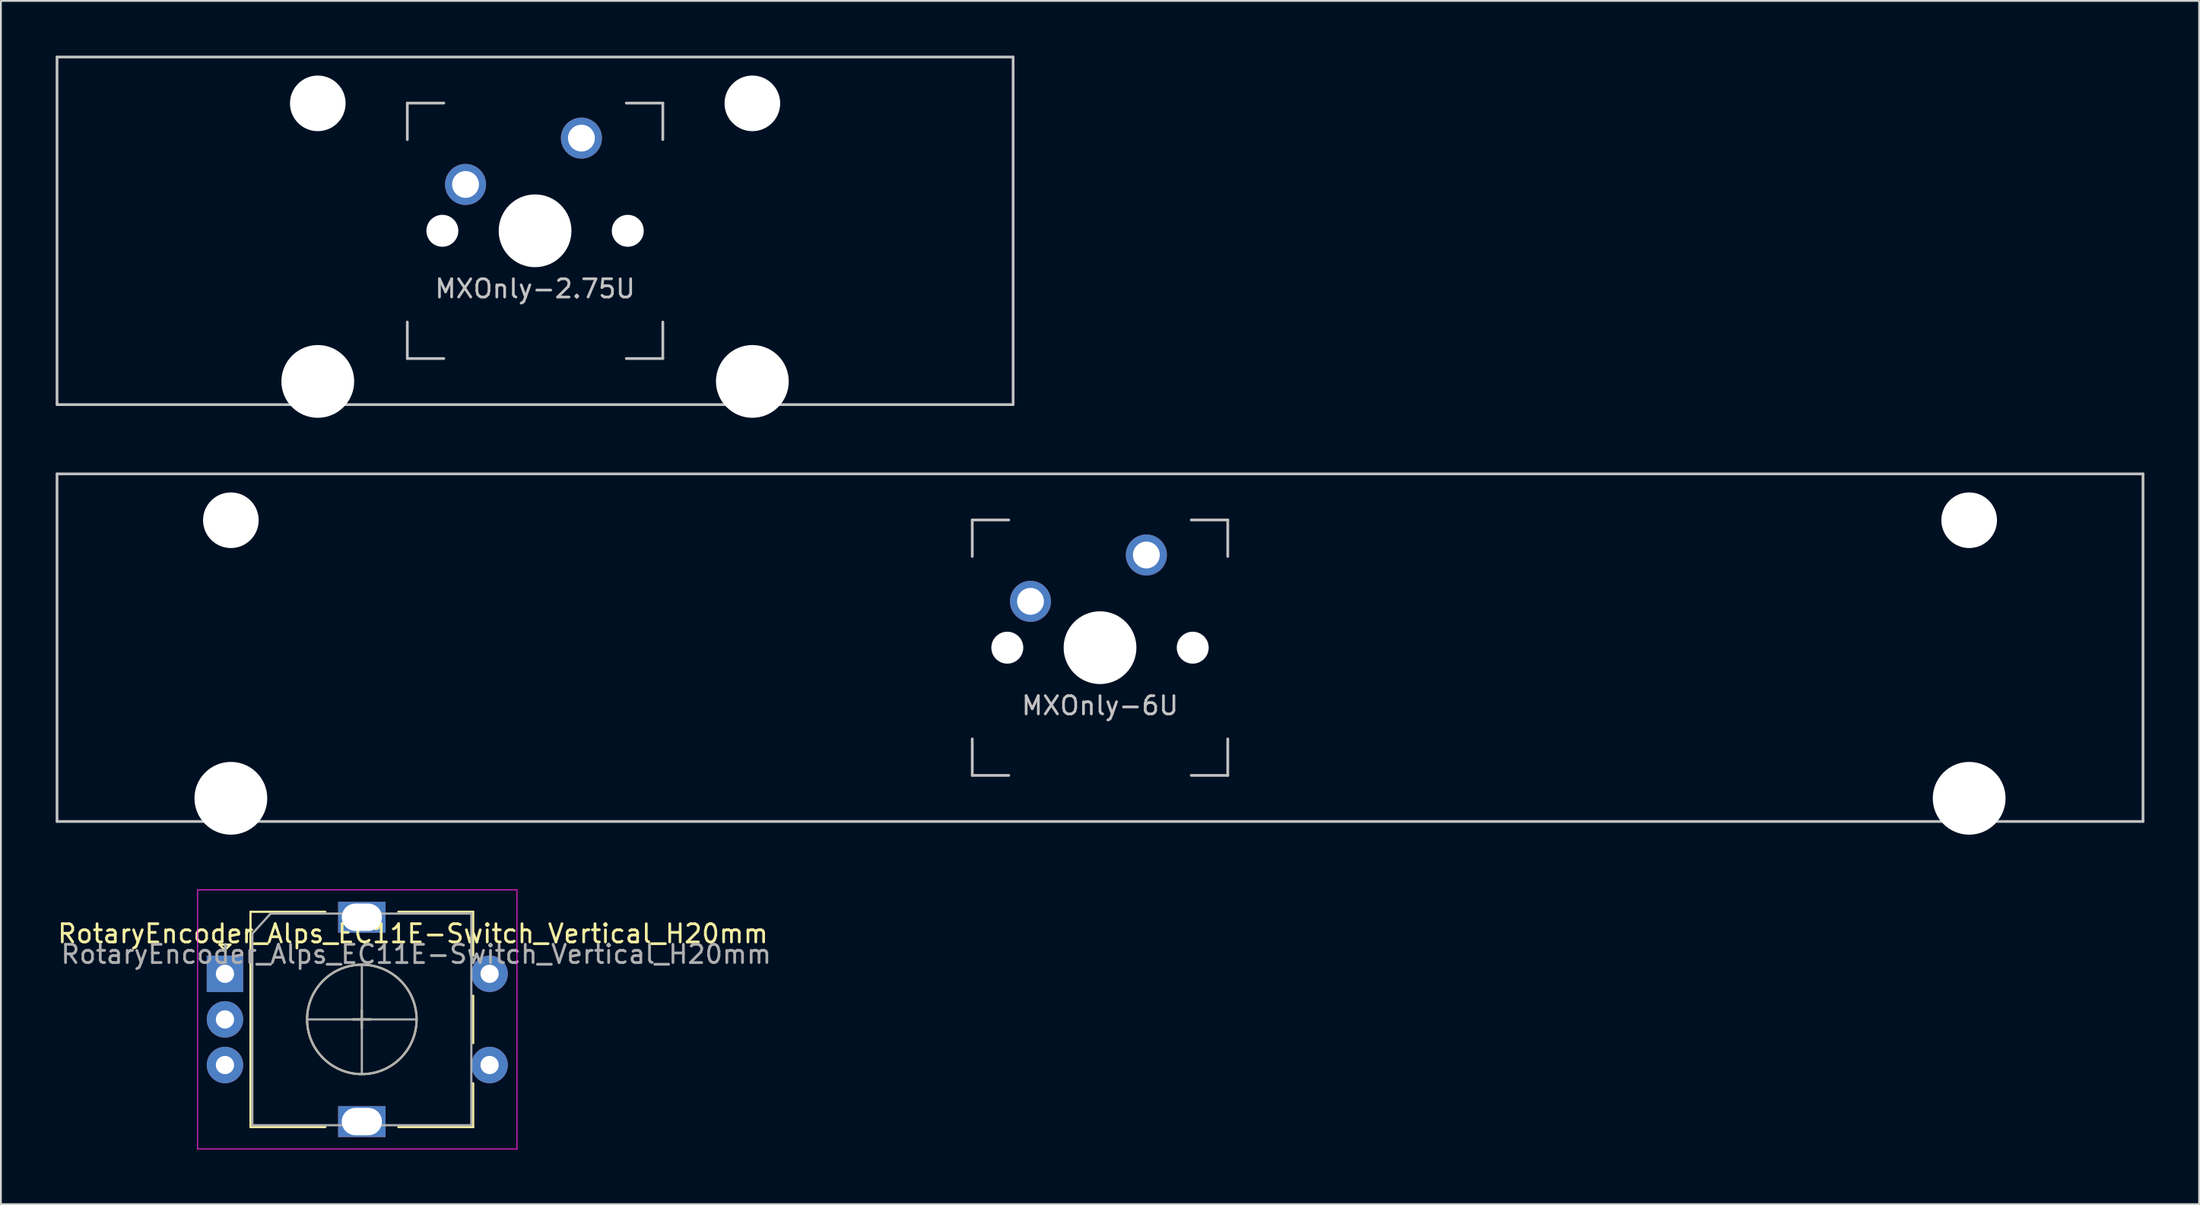
<source format=kicad_pcb>
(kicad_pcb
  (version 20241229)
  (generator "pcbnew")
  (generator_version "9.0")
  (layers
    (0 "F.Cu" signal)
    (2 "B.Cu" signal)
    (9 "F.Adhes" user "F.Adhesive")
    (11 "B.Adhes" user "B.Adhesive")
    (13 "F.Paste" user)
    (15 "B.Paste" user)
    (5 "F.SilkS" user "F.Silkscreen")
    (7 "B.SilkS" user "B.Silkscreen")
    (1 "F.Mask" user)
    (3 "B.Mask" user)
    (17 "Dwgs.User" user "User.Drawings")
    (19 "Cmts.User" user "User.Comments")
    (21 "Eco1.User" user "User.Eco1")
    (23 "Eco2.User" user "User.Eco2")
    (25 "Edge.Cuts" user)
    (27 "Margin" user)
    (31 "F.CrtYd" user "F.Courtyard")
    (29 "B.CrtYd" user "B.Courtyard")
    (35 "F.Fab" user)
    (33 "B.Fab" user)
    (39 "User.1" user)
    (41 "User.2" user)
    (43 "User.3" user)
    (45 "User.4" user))
  (footprint "RotaryEncoder_Alps_EC11E-Switch_Vertical_H20mm"
    (layer "F.Cu")
    (at 16.777 52.823)
    (property "Reference" "RotaryEncoder_Alps_EC11E-Switch_Vertical_H20mm" (at 2.8 -4.7 0) (layer "F.SilkS") (effects (font (size 1 1) (thickness 0.15))))
    (attr through_hole)
    (fp_line (start -7.8 -4.1) (end -7.2 -4.1) (stroke (width 0.12) (type solid)) (layer "F.SilkS"))
    (fp_line (start -7.5 -3.8) (end -7.8 -4.1) (stroke (width 0.12) (type solid)) (layer "F.SilkS"))
    (fp_line (start -7.2 -4.1) (end -7.5 -3.8) (stroke (width 0.12) (type solid)) (layer "F.SilkS"))
    (fp_line (start -6.1 -5.9) (end -6.1 5.9) (stroke (width 0.12) (type solid)) (layer "F.SilkS"))
    (fp_line (start -2 -5.9) (end -6.1 -5.9) (stroke (width 0.12) (type solid)) (layer "F.SilkS"))
    (fp_line (start -2 5.9) (end -6.1 5.9) (stroke (width 0.12) (type solid)) (layer "F.SilkS"))
    (fp_line (start -0.5 0) (end 0.5 0) (stroke (width 0.12) (type solid)) (layer "F.SilkS"))
    (fp_line (start 0 -0.5) (end 0 0.5) (stroke (width 0.12) (type solid)) (layer "F.SilkS"))
    (fp_line (start 2 -5.9) (end 6.1 -5.9) (stroke (width 0.12) (type solid)) (layer "F.SilkS"))
    (fp_line (start 6.1 -5.9) (end 6.1 -3.5) (stroke (width 0.12) (type solid)) (layer "F.SilkS"))
    (fp_line (start 6.1 -1.3) (end 6.1 1.3) (stroke (width 0.12) (type solid)) (layer "F.SilkS"))
    (fp_line (start 6.1 3.5) (end 6.1 5.9) (stroke (width 0.12) (type solid)) (layer "F.SilkS"))
    (fp_line (start 6.1 5.9) (end 2 5.9) (stroke (width 0.12) (type solid)) (layer "F.SilkS"))
    (fp_circle (center 0 0) (end 3 0) (stroke (width 0.12) (type solid)) (fill no) (layer "F.SilkS"))
    (fp_line (start -9 -7.1) (end -9 7.1) (stroke (width 0.05) (type solid)) (layer "F.CrtYd"))
    (fp_line (start -9 -7.1) (end 8.5 -7.1) (stroke (width 0.05) (type solid)) (layer "F.CrtYd"))
    (fp_line (start 8.5 7.1) (end -9 7.1) (stroke (width 0.05) (type solid)) (layer "F.CrtYd"))
    (fp_line (start 8.5 7.1) (end 8.5 -7.1) (stroke (width 0.05) (type solid)) (layer "F.CrtYd"))
    (fp_line (start -6 -4.7) (end -5 -5.8) (stroke (width 0.12) (type solid)) (layer "F.Fab"))
    (fp_line (start -6 5.8) (end -6 -4.7) (stroke (width 0.12) (type solid)) (layer "F.Fab"))
    (fp_line (start -5 -5.8) (end 6 -5.8) (stroke (width 0.12) (type solid)) (layer "F.Fab"))
    (fp_line (start -3 0) (end 3 0) (stroke (width 0.12) (type solid)) (layer "F.Fab"))
    (fp_line (start 0 -3) (end 0 3) (stroke (width 0.12) (type solid)) (layer "F.Fab"))
    (fp_line (start 6 -5.8) (end 6 5.8) (stroke (width 0.12) (type solid)) (layer "F.Fab"))
    (fp_line (start 6 5.8) (end -6 5.8) (stroke (width 0.12) (type solid)) (layer "F.Fab"))
    (fp_circle (center 0 0) (end 3 0) (stroke (width 0.12) (type solid)) (fill no) (layer "F.Fab"))
    (fp_text user "${REFERENCE}" (at 2.977 -3.572 0) (layer "F.Fab") (effects (font (size 1 1) (thickness 0.15))))
    (pad "A" thru_hole rect (at -7.5 -2.5) (size 2 2) (drill 1) (layers "*.Cu" "*.Mask"))
    (pad "B" thru_hole circle (at -7.5 2.5) (size 2 2) (drill 1) (layers "*.Cu" "*.Mask"))
    (pad "C" thru_hole circle (at -7.5 0) (size 2 2) (drill 1) (layers "*.Cu" "*.Mask"))
    (pad "MP" thru_hole rect (at 0 -5.6) (size 2.6 1.7) (drill oval 2.2 1.5) (layers "*.Cu" "*.Mask"))
    (pad "MP" thru_hole rect (at 0 5.6) (size 2.6 1.7) (drill oval 2.2 1.5) (layers "*.Cu" "*.Mask"))
    (pad "S1" thru_hole circle (at 7 2.5) (size 2 2) (drill 1) (layers "*.Cu" "*.Mask"))
    (pad "S2" thru_hole circle (at 7 -2.5) (size 2 2) (drill 1) (layers "*.Cu" "*.Mask")))
  (footprint "MXOnly-2.75U"
    (layer "F.Cu")
    (at 26.269 9.6)
    (property "Reference" "MXOnly-2.75U" (at 0 3.175 0) (layer "Dwgs.User") (effects (font (size 1 1) (thickness 0.15))))
    (attr through_hole)
    (fp_line (start -26.194 -9.525) (end 26.194 -9.525) (stroke (width 0.15) (type solid)) (layer "Dwgs.User"))
    (fp_line (start -26.194 9.525) (end -26.194 -9.525) (stroke (width 0.15) (type solid)) (layer "Dwgs.User"))
    (fp_line (start -26.194 9.525) (end 26.194 9.525) (stroke (width 0.15) (type solid)) (layer "Dwgs.User"))
    (fp_line (start -7 -7) (end -7 -5) (stroke (width 0.15) (type solid)) (layer "Dwgs.User"))
    (fp_line (start -7 5) (end -7 7) (stroke (width 0.15) (type solid)) (layer "Dwgs.User"))
    (fp_line (start -7 7) (end -5 7) (stroke (width 0.15) (type solid)) (layer "Dwgs.User"))
    (fp_line (start -5 -7) (end -7 -7) (stroke (width 0.15) (type solid)) (layer "Dwgs.User"))
    (fp_line (start 5 -7) (end 7 -7) (stroke (width 0.15) (type solid)) (layer "Dwgs.User"))
    (fp_line (start 5 7) (end 7 7) (stroke (width 0.15) (type solid)) (layer "Dwgs.User"))
    (fp_line (start 7 -7) (end 7 -5) (stroke (width 0.15) (type solid)) (layer "Dwgs.User"))
    (fp_line (start 7 7) (end 7 5) (stroke (width 0.15) (type solid)) (layer "Dwgs.User"))
    (fp_line (start 26.194 -9.525) (end 26.194 9.525) (stroke (width 0.15) (type solid)) (layer "Dwgs.User"))
    (pad "" np_thru_hole circle (at -11.906 -6.985) (size 3.048 3.048) (drill 3.048) (layers "*.Cu" "*.Mask"))
    (pad "" np_thru_hole circle (at -11.906 8.255) (size 3.988 3.988) (drill 3.988) (layers "*.Cu" "*.Mask"))
    (pad "" np_thru_hole circle (at -5.08 0 48.1) (size 1.75 1.75) (drill 1.75) (layers "*.Cu" "*.Mask"))
    (pad "" np_thru_hole circle (at 0 0) (size 3.988 3.988) (drill 3.988) (layers "*.Cu" "*.Mask"))
    (pad "" np_thru_hole circle (at 5.08 0 48.1) (size 1.75 1.75) (drill 1.75) (layers "*.Cu" "*.Mask"))
    (pad "" np_thru_hole circle (at 11.906 -6.985) (size 3.048 3.048) (drill 3.048) (layers "*.Cu" "*.Mask"))
    (pad "" np_thru_hole circle (at 11.906 8.255) (size 3.988 3.988) (drill 3.988) (layers "*.Cu" "*.Mask"))
    (pad "1" thru_hole circle (at -3.81 -2.54) (size 2.25 2.25) (drill 1.47) (layers "*.Cu" "*.Mask"))
    (pad "2" thru_hole circle (at 2.54 -5.08) (size 2.25 2.25) (drill 1.47) (layers "*.Cu" "*.Mask")))
  (footprint "MXOnly-6U"
    (layer "F.Cu")
    (at 57.225 32.449)
    (property "Reference" "MXOnly-6U" (at 0 3.175 0) (layer "Dwgs.User") (effects (font (size 1 1) (thickness 0.15))))
    (attr through_hole)
    (fp_line (start -57.15 -9.525) (end 57.15 -9.525) (stroke (width 0.15) (type solid)) (layer "Dwgs.User"))
    (fp_line (start -57.15 9.525) (end -57.15 -9.525) (stroke (width 0.15) (type solid)) (layer "Dwgs.User"))
    (fp_line (start -57.15 9.525) (end 57.15 9.525) (stroke (width 0.15) (type solid)) (layer "Dwgs.User"))
    (fp_line (start -7 -7) (end -7 -5) (stroke (width 0.15) (type solid)) (layer "Dwgs.User"))
    (fp_line (start -7 5) (end -7 7) (stroke (width 0.15) (type solid)) (layer "Dwgs.User"))
    (fp_line (start -7 7) (end -5 7) (stroke (width 0.15) (type solid)) (layer "Dwgs.User"))
    (fp_line (start -5 -7) (end -7 -7) (stroke (width 0.15) (type solid)) (layer "Dwgs.User"))
    (fp_line (start 5 -7) (end 7 -7) (stroke (width 0.15) (type solid)) (layer "Dwgs.User"))
    (fp_line (start 5 7) (end 7 7) (stroke (width 0.15) (type solid)) (layer "Dwgs.User"))
    (fp_line (start 7 -7) (end 7 -5) (stroke (width 0.15) (type solid)) (layer "Dwgs.User"))
    (fp_line (start 7 7) (end 7 5) (stroke (width 0.15) (type solid)) (layer "Dwgs.User"))
    (fp_line (start 57.15 -9.525) (end 57.15 9.525) (stroke (width 0.15) (type solid)) (layer "Dwgs.User"))
    (pad "" np_thru_hole circle (at -47.625 -6.985) (size 3.048 3.048) (drill 3.048) (layers "*.Cu" "*.Mask"))
    (pad "" np_thru_hole circle (at -47.625 8.255) (size 3.988 3.988) (drill 3.988) (layers "*.Cu" "*.Mask"))
    (pad "" np_thru_hole circle (at -5.08 0 48.1) (size 1.75 1.75) (drill 1.75) (layers "*.Cu" "*.Mask"))
    (pad "" np_thru_hole circle (at 0 0) (size 3.988 3.988) (drill 3.988) (layers "*.Cu" "*.Mask"))
    (pad "" np_thru_hole circle (at 5.08 0 48.1) (size 1.75 1.75) (drill 1.75) (layers "*.Cu" "*.Mask"))
    (pad "" np_thru_hole circle (at 47.625 -6.985) (size 3.048 3.048) (drill 3.048) (layers "*.Cu" "*.Mask"))
    (pad "" np_thru_hole circle (at 47.625 8.255) (size 3.988 3.988) (drill 3.988) (layers "*.Cu" "*.Mask"))
    (pad "1" thru_hole circle (at -3.81 -2.54) (size 2.25 2.25) (drill 1.47) (layers "*.Cu" "*.Mask"))
    (pad "2" thru_hole circle (at 2.54 -5.08) (size 2.25 2.25) (drill 1.47) (layers "*.Cu" "*.Mask")))
  (gr_rect
    (start -3 -3)
    (end 117.45 62.948)
    (stroke (width 0.1) (type default))
    (fill no)
    (layer "Edge.Cuts")))
</source>
